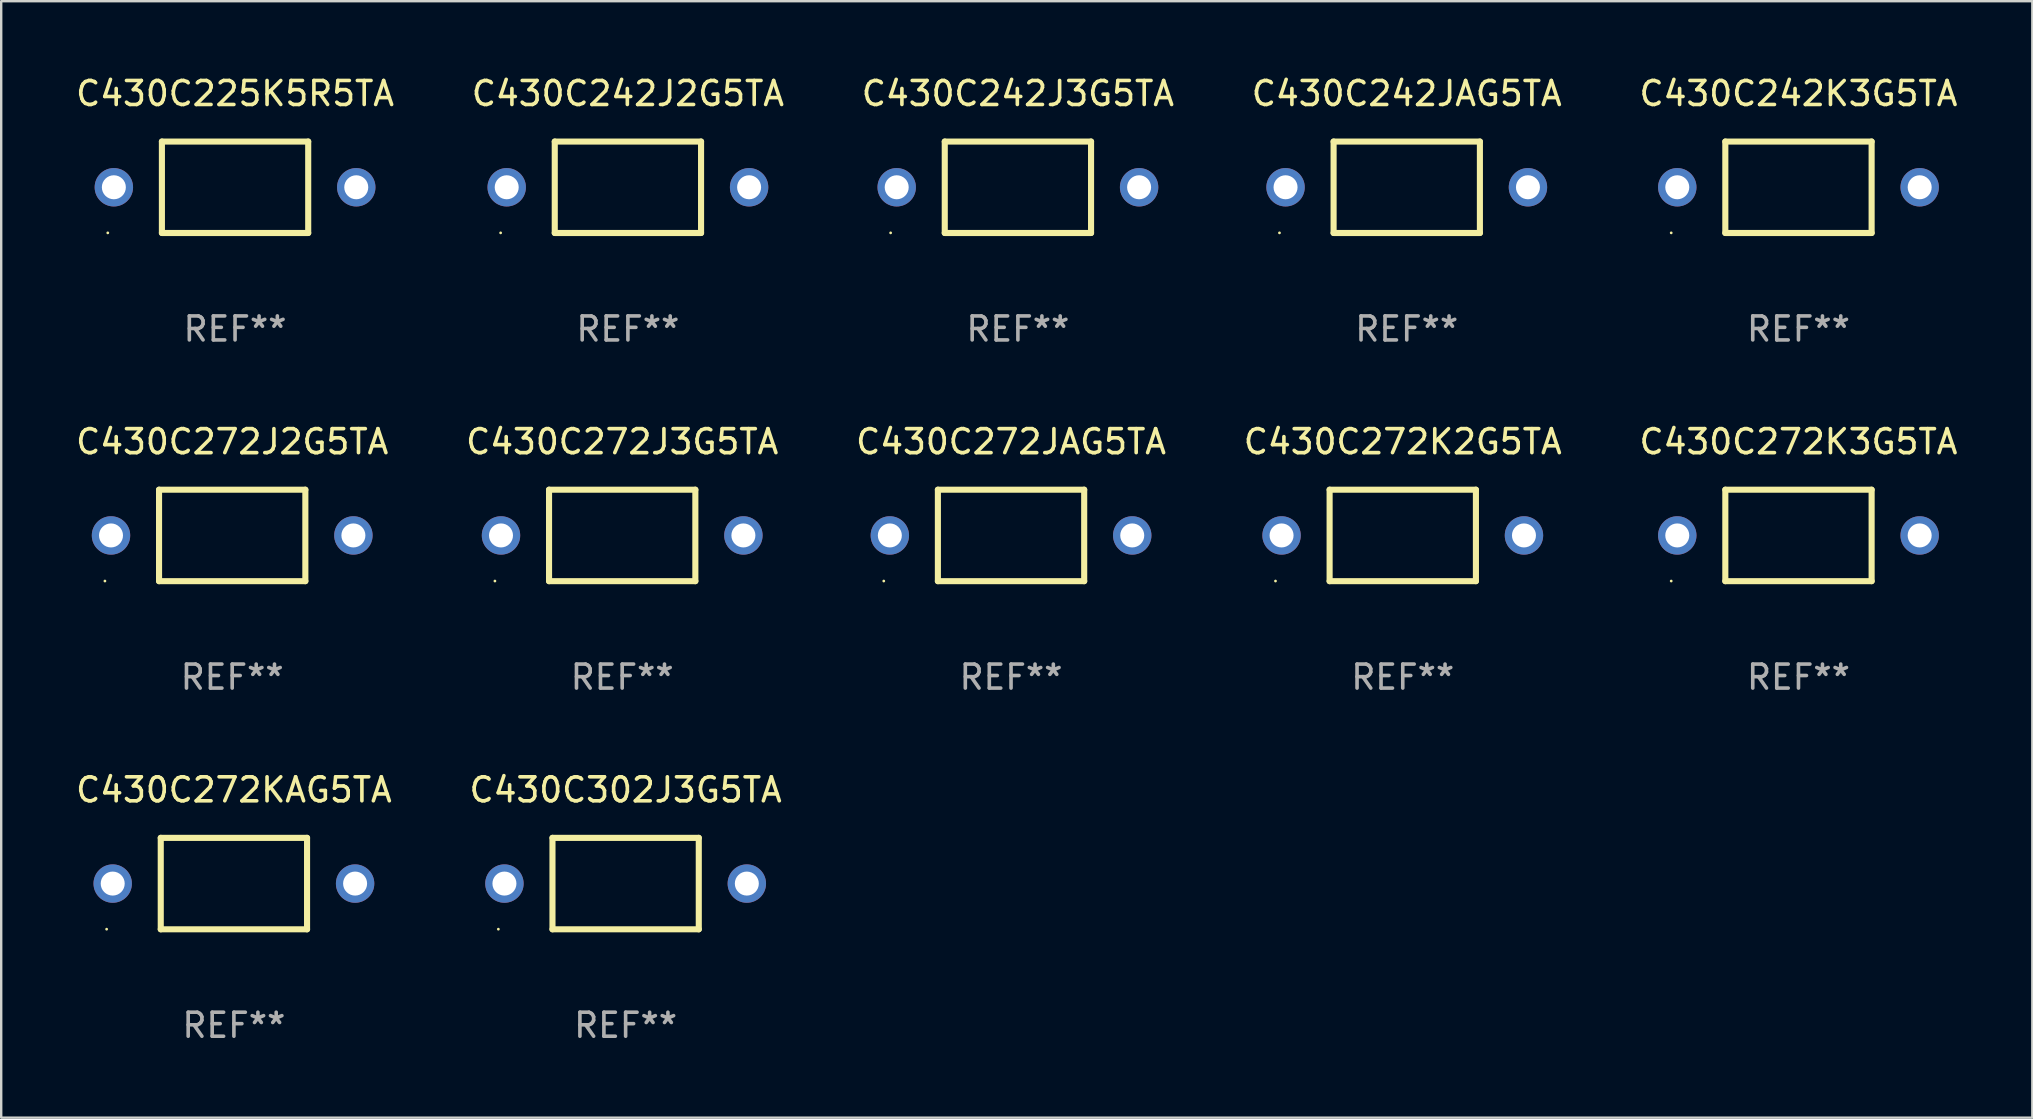
<source format=kicad_pcb>
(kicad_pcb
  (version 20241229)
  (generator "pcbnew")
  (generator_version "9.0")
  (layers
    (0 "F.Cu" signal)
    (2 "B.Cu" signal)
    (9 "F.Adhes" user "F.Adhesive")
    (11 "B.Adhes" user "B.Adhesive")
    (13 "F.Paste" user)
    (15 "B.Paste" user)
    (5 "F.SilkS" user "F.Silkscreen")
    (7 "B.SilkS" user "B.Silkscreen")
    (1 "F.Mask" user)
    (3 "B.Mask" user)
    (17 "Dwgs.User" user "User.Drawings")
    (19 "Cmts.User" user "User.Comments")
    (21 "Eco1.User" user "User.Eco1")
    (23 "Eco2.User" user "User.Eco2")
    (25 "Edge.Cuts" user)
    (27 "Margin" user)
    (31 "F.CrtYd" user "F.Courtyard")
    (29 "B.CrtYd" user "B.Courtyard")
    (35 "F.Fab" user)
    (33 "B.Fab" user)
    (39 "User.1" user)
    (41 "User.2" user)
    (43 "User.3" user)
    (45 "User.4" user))
  (footprint "C430C242J2G5TA"
    (layer "F.Cu")
    (at 23.113 4.753)
    (property "Reference" "C430C242J2G5TA" (at 0 -3.905 0) (layer "F.SilkS") (effects (font (size 1 1) (thickness 0.15))))
    (attr through_hole)
    (fp_line (start -3.048 -1.905) (end -3.048 1.905) (stroke (width 0.254) (type solid)) (layer "F.SilkS"))
    (fp_line (start -3.048 1.905) (end 3.048 1.905) (stroke (width 0.254) (type solid)) (layer "F.SilkS"))
    (fp_line (start 3.048 -1.905) (end -3.048 -1.905) (stroke (width 0.254) (type solid)) (layer "F.SilkS"))
    (fp_line (start 3.048 1.905) (end 3.048 -1.905) (stroke (width 0.254) (type solid)) (layer "F.SilkS"))
    (fp_circle (center -5.303 1.9) (end -5.273 1.9) (stroke (width 0.06) (type solid)) (fill no) (layer "F.SilkS"))
    (fp_text user "REF**" (at 0 5.905 0) (layer "F.Fab") (effects (font (size 1 1) (thickness 0.15))))
    (pad "1" thru_hole circle (at -5.05 0) (size 1.6 1.6) (drill 1) (layers "*.Cu" "*.Mask"))
    (pad "2" thru_hole circle (at 5.05 0) (size 1.6 1.6) (drill 1) (layers "*.Cu" "*.Mask")))
  (footprint "C430C272J2G5TA"
    (layer "F.Cu")
    (at 6.625 19.26)
    (property "Reference" "C430C272J2G5TA" (at 0 -3.905 0) (layer "F.SilkS") (effects (font (size 1 1) (thickness 0.15))))
    (attr through_hole)
    (fp_line (start -3.048 -1.905) (end -3.048 1.905) (stroke (width 0.254) (type solid)) (layer "F.SilkS"))
    (fp_line (start -3.048 1.905) (end 3.048 1.905) (stroke (width 0.254) (type solid)) (layer "F.SilkS"))
    (fp_line (start 3.048 -1.905) (end -3.048 -1.905) (stroke (width 0.254) (type solid)) (layer "F.SilkS"))
    (fp_line (start 3.048 1.905) (end 3.048 -1.905) (stroke (width 0.254) (type solid)) (layer "F.SilkS"))
    (fp_circle (center -5.303 1.9) (end -5.273 1.9) (stroke (width 0.06) (type solid)) (fill no) (layer "F.SilkS"))
    (fp_text user "REF**" (at 0 5.905 0) (layer "F.Fab") (effects (font (size 1 1) (thickness 0.15))))
    (pad "1" thru_hole circle (at -5.05 0) (size 1.6 1.6) (drill 1) (layers "*.Cu" "*.Mask"))
    (pad "2" thru_hole circle (at 5.05 0) (size 1.6 1.6) (drill 1) (layers "*.Cu" "*.Mask")))
  (footprint "C430C272JAG5TA"
    (layer "F.Cu")
    (at 39.077 19.26)
    (property "Reference" "C430C272JAG5TA" (at 0 -3.905 0) (layer "F.SilkS") (effects (font (size 1 1) (thickness 0.15))))
    (attr through_hole)
    (fp_line (start -3.048 -1.905) (end -3.048 1.905) (stroke (width 0.254) (type solid)) (layer "F.SilkS"))
    (fp_line (start -3.048 1.905) (end 3.048 1.905) (stroke (width 0.254) (type solid)) (layer "F.SilkS"))
    (fp_line (start 3.048 -1.905) (end -3.048 -1.905) (stroke (width 0.254) (type solid)) (layer "F.SilkS"))
    (fp_line (start 3.048 1.905) (end 3.048 -1.905) (stroke (width 0.254) (type solid)) (layer "F.SilkS"))
    (fp_circle (center -5.303 1.9) (end -5.273 1.9) (stroke (width 0.06) (type solid)) (fill no) (layer "F.SilkS"))
    (fp_text user "REF**" (at 0 5.905 0) (layer "F.Fab") (effects (font (size 1 1) (thickness 0.15))))
    (pad "1" thru_hole circle (at -5.05 0) (size 1.6 1.6) (drill 1) (layers "*.Cu" "*.Mask"))
    (pad "2" thru_hole circle (at 5.05 0) (size 1.6 1.6) (drill 1) (layers "*.Cu" "*.Mask")))
  (footprint "C430C302J3G5TA"
    (layer "F.Cu")
    (at 23.018 33.766)
    (property "Reference" "C430C302J3G5TA" (at 0 -3.905 0) (layer "F.SilkS") (effects (font (size 1 1) (thickness 0.15))))
    (attr through_hole)
    (fp_line (start -3.048 -1.905) (end -3.048 1.905) (stroke (width 0.254) (type solid)) (layer "F.SilkS"))
    (fp_line (start -3.048 1.905) (end 3.048 1.905) (stroke (width 0.254) (type solid)) (layer "F.SilkS"))
    (fp_line (start 3.048 -1.905) (end -3.048 -1.905) (stroke (width 0.254) (type solid)) (layer "F.SilkS"))
    (fp_line (start 3.048 1.905) (end 3.048 -1.905) (stroke (width 0.254) (type solid)) (layer "F.SilkS"))
    (fp_circle (center -5.303 1.9) (end -5.273 1.9) (stroke (width 0.06) (type solid)) (fill no) (layer "F.SilkS"))
    (fp_text user "REF**" (at 0 5.905 0) (layer "F.Fab") (effects (font (size 1 1) (thickness 0.15))))
    (pad "1" thru_hole circle (at -5.05 0) (size 1.6 1.6) (drill 1) (layers "*.Cu" "*.Mask"))
    (pad "2" thru_hole circle (at 5.05 0) (size 1.6 1.6) (drill 1) (layers "*.Cu" "*.Mask")))
  (footprint "C430C272K2G5TA"
    (layer "F.Cu")
    (at 55.399 19.26)
    (property "Reference" "C430C272K2G5TA" (at 0 -3.905 0) (layer "F.SilkS") (effects (font (size 1 1) (thickness 0.15))))
    (attr through_hole)
    (fp_line (start -3.048 -1.905) (end -3.048 1.905) (stroke (width 0.254) (type solid)) (layer "F.SilkS"))
    (fp_line (start -3.048 1.905) (end 3.048 1.905) (stroke (width 0.254) (type solid)) (layer "F.SilkS"))
    (fp_line (start 3.048 -1.905) (end -3.048 -1.905) (stroke (width 0.254) (type solid)) (layer "F.SilkS"))
    (fp_line (start 3.048 1.905) (end 3.048 -1.905) (stroke (width 0.254) (type solid)) (layer "F.SilkS"))
    (fp_circle (center -5.303 1.9) (end -5.273 1.9) (stroke (width 0.06) (type solid)) (fill no) (layer "F.SilkS"))
    (fp_text user "REF**" (at 0 5.905 0) (layer "F.Fab") (effects (font (size 1 1) (thickness 0.15))))
    (pad "1" thru_hole circle (at -5.05 0) (size 1.6 1.6) (drill 1) (layers "*.Cu" "*.Mask"))
    (pad "2" thru_hole circle (at 5.05 0) (size 1.6 1.6) (drill 1) (layers "*.Cu" "*.Mask")))
  (footprint "C430C242K3G5TA"
    (layer "F.Cu")
    (at 71.887 4.753)
    (property "Reference" "C430C242K3G5TA" (at 0 -3.905 0) (layer "F.SilkS") (effects (font (size 1 1) (thickness 0.15))))
    (attr through_hole)
    (fp_line (start -3.048 -1.905) (end -3.048 1.905) (stroke (width 0.254) (type solid)) (layer "F.SilkS"))
    (fp_line (start -3.048 1.905) (end 3.048 1.905) (stroke (width 0.254) (type solid)) (layer "F.SilkS"))
    (fp_line (start 3.048 -1.905) (end -3.048 -1.905) (stroke (width 0.254) (type solid)) (layer "F.SilkS"))
    (fp_line (start 3.048 1.905) (end 3.048 -1.905) (stroke (width 0.254) (type solid)) (layer "F.SilkS"))
    (fp_circle (center -5.303 1.9) (end -5.273 1.9) (stroke (width 0.06) (type solid)) (fill no) (layer "F.SilkS"))
    (fp_text user "REF**" (at 0 5.905 0) (layer "F.Fab") (effects (font (size 1 1) (thickness 0.15))))
    (pad "1" thru_hole circle (at -5.05 0) (size 1.6 1.6) (drill 1) (layers "*.Cu" "*.Mask"))
    (pad "2" thru_hole circle (at 5.05 0) (size 1.6 1.6) (drill 1) (layers "*.Cu" "*.Mask")))
  (footprint "C430C272K3G5TA"
    (layer "F.Cu")
    (at 71.887 19.26)
    (property "Reference" "C430C272K3G5TA" (at 0 -3.905 0) (layer "F.SilkS") (effects (font (size 1 1) (thickness 0.15))))
    (attr through_hole)
    (fp_line (start -3.048 -1.905) (end -3.048 1.905) (stroke (width 0.254) (type solid)) (layer "F.SilkS"))
    (fp_line (start -3.048 1.905) (end 3.048 1.905) (stroke (width 0.254) (type solid)) (layer "F.SilkS"))
    (fp_line (start 3.048 -1.905) (end -3.048 -1.905) (stroke (width 0.254) (type solid)) (layer "F.SilkS"))
    (fp_line (start 3.048 1.905) (end 3.048 -1.905) (stroke (width 0.254) (type solid)) (layer "F.SilkS"))
    (fp_circle (center -5.303 1.9) (end -5.273 1.9) (stroke (width 0.06) (type solid)) (fill no) (layer "F.SilkS"))
    (fp_text user "REF**" (at 0 5.905 0) (layer "F.Fab") (effects (font (size 1 1) (thickness 0.15))))
    (pad "1" thru_hole circle (at -5.05 0) (size 1.6 1.6) (drill 1) (layers "*.Cu" "*.Mask"))
    (pad "2" thru_hole circle (at 5.05 0) (size 1.6 1.6) (drill 1) (layers "*.Cu" "*.Mask")))
  (footprint "C430C272J3G5TA"
    (layer "F.Cu")
    (at 22.875 19.26)
    (property "Reference" "C430C272J3G5TA" (at 0 -3.905 0) (layer "F.SilkS") (effects (font (size 1 1) (thickness 0.15))))
    (attr through_hole)
    (fp_line (start -3.048 -1.905) (end -3.048 1.905) (stroke (width 0.254) (type solid)) (layer "F.SilkS"))
    (fp_line (start -3.048 1.905) (end 3.048 1.905) (stroke (width 0.254) (type solid)) (layer "F.SilkS"))
    (fp_line (start 3.048 -1.905) (end -3.048 -1.905) (stroke (width 0.254) (type solid)) (layer "F.SilkS"))
    (fp_line (start 3.048 1.905) (end 3.048 -1.905) (stroke (width 0.254) (type solid)) (layer "F.SilkS"))
    (fp_circle (center -5.303 1.9) (end -5.273 1.9) (stroke (width 0.06) (type solid)) (fill no) (layer "F.SilkS"))
    (fp_text user "REF**" (at 0 5.905 0) (layer "F.Fab") (effects (font (size 1 1) (thickness 0.15))))
    (pad "1" thru_hole circle (at -5.05 0) (size 1.6 1.6) (drill 1) (layers "*.Cu" "*.Mask"))
    (pad "2" thru_hole circle (at 5.05 0) (size 1.6 1.6) (drill 1) (layers "*.Cu" "*.Mask")))
  (footprint "C430C242J3G5TA"
    (layer "F.Cu")
    (at 39.363 4.753)
    (property "Reference" "C430C242J3G5TA" (at 0 -3.905 0) (layer "F.SilkS") (effects (font (size 1 1) (thickness 0.15))))
    (attr through_hole)
    (fp_line (start -3.048 -1.905) (end -3.048 1.905) (stroke (width 0.254) (type solid)) (layer "F.SilkS"))
    (fp_line (start -3.048 1.905) (end 3.048 1.905) (stroke (width 0.254) (type solid)) (layer "F.SilkS"))
    (fp_line (start 3.048 -1.905) (end -3.048 -1.905) (stroke (width 0.254) (type solid)) (layer "F.SilkS"))
    (fp_line (start 3.048 1.905) (end 3.048 -1.905) (stroke (width 0.254) (type solid)) (layer "F.SilkS"))
    (fp_circle (center -5.303 1.9) (end -5.273 1.9) (stroke (width 0.06) (type solid)) (fill no) (layer "F.SilkS"))
    (fp_text user "REF**" (at 0 5.905 0) (layer "F.Fab") (effects (font (size 1 1) (thickness 0.15))))
    (pad "1" thru_hole circle (at -5.05 0) (size 1.6 1.6) (drill 1) (layers "*.Cu" "*.Mask"))
    (pad "2" thru_hole circle (at 5.05 0) (size 1.6 1.6) (drill 1) (layers "*.Cu" "*.Mask")))
  (footprint "C430C225K5R5TA"
    (layer "F.Cu")
    (at 6.744 4.753)
    (property "Reference" "C430C225K5R5TA" (at 0 -3.905 0) (layer "F.SilkS") (effects (font (size 1 1) (thickness 0.15))))
    (attr through_hole)
    (fp_line (start -3.048 -1.905) (end -3.048 1.905) (stroke (width 0.254) (type solid)) (layer "F.SilkS"))
    (fp_line (start -3.048 1.905) (end 3.048 1.905) (stroke (width 0.254) (type solid)) (layer "F.SilkS"))
    (fp_line (start 3.048 -1.905) (end -3.048 -1.905) (stroke (width 0.254) (type solid)) (layer "F.SilkS"))
    (fp_line (start 3.048 1.905) (end 3.048 -1.905) (stroke (width 0.254) (type solid)) (layer "F.SilkS"))
    (fp_circle (center -5.303 1.9) (end -5.273 1.9) (stroke (width 0.06) (type solid)) (fill no) (layer "F.SilkS"))
    (fp_text user "REF**" (at 0 5.905 0) (layer "F.Fab") (effects (font (size 1 1) (thickness 0.15))))
    (pad "1" thru_hole circle (at -5.05 0) (size 1.6 1.6) (drill 1) (layers "*.Cu" "*.Mask"))
    (pad "2" thru_hole circle (at 5.05 0) (size 1.6 1.6) (drill 1) (layers "*.Cu" "*.Mask")))
  (footprint "C430C242JAG5TA"
    (layer "F.Cu")
    (at 55.565 4.753)
    (property "Reference" "C430C242JAG5TA" (at 0 -3.905 0) (layer "F.SilkS") (effects (font (size 1 1) (thickness 0.15))))
    (attr through_hole)
    (fp_line (start -3.048 -1.905) (end -3.048 1.905) (stroke (width 0.254) (type solid)) (layer "F.SilkS"))
    (fp_line (start -3.048 1.905) (end 3.048 1.905) (stroke (width 0.254) (type solid)) (layer "F.SilkS"))
    (fp_line (start 3.048 -1.905) (end -3.048 -1.905) (stroke (width 0.254) (type solid)) (layer "F.SilkS"))
    (fp_line (start 3.048 1.905) (end 3.048 -1.905) (stroke (width 0.254) (type solid)) (layer "F.SilkS"))
    (fp_circle (center -5.303 1.9) (end -5.273 1.9) (stroke (width 0.06) (type solid)) (fill no) (layer "F.SilkS"))
    (fp_text user "REF**" (at 0 5.905 0) (layer "F.Fab") (effects (font (size 1 1) (thickness 0.15))))
    (pad "1" thru_hole circle (at -5.05 0) (size 1.6 1.6) (drill 1) (layers "*.Cu" "*.Mask"))
    (pad "2" thru_hole circle (at 5.05 0) (size 1.6 1.6) (drill 1) (layers "*.Cu" "*.Mask")))
  (footprint "C430C272KAG5TA"
    (layer "F.Cu")
    (at 6.696 33.766)
    (property "Reference" "C430C272KAG5TA" (at 0 -3.905 0) (layer "F.SilkS") (effects (font (size 1 1) (thickness 0.15))))
    (attr through_hole)
    (fp_line (start -3.048 -1.905) (end -3.048 1.905) (stroke (width 0.254) (type solid)) (layer "F.SilkS"))
    (fp_line (start -3.048 1.905) (end 3.048 1.905) (stroke (width 0.254) (type solid)) (layer "F.SilkS"))
    (fp_line (start 3.048 -1.905) (end -3.048 -1.905) (stroke (width 0.254) (type solid)) (layer "F.SilkS"))
    (fp_line (start 3.048 1.905) (end 3.048 -1.905) (stroke (width 0.254) (type solid)) (layer "F.SilkS"))
    (fp_circle (center -5.303 1.9) (end -5.273 1.9) (stroke (width 0.06) (type solid)) (fill no) (layer "F.SilkS"))
    (fp_text user "REF**" (at 0 5.905 0) (layer "F.Fab") (effects (font (size 1 1) (thickness 0.15))))
    (pad "1" thru_hole circle (at -5.05 0) (size 1.6 1.6) (drill 1) (layers "*.Cu" "*.Mask"))
    (pad "2" thru_hole circle (at 5.05 0) (size 1.6 1.6) (drill 1) (layers "*.Cu" "*.Mask")))
  (gr_rect
    (start -3 -3)
    (end 81.631 43.52)
    (stroke (width 0.1) (type default))
    (fill no)
    (layer "Edge.Cuts")))
</source>
